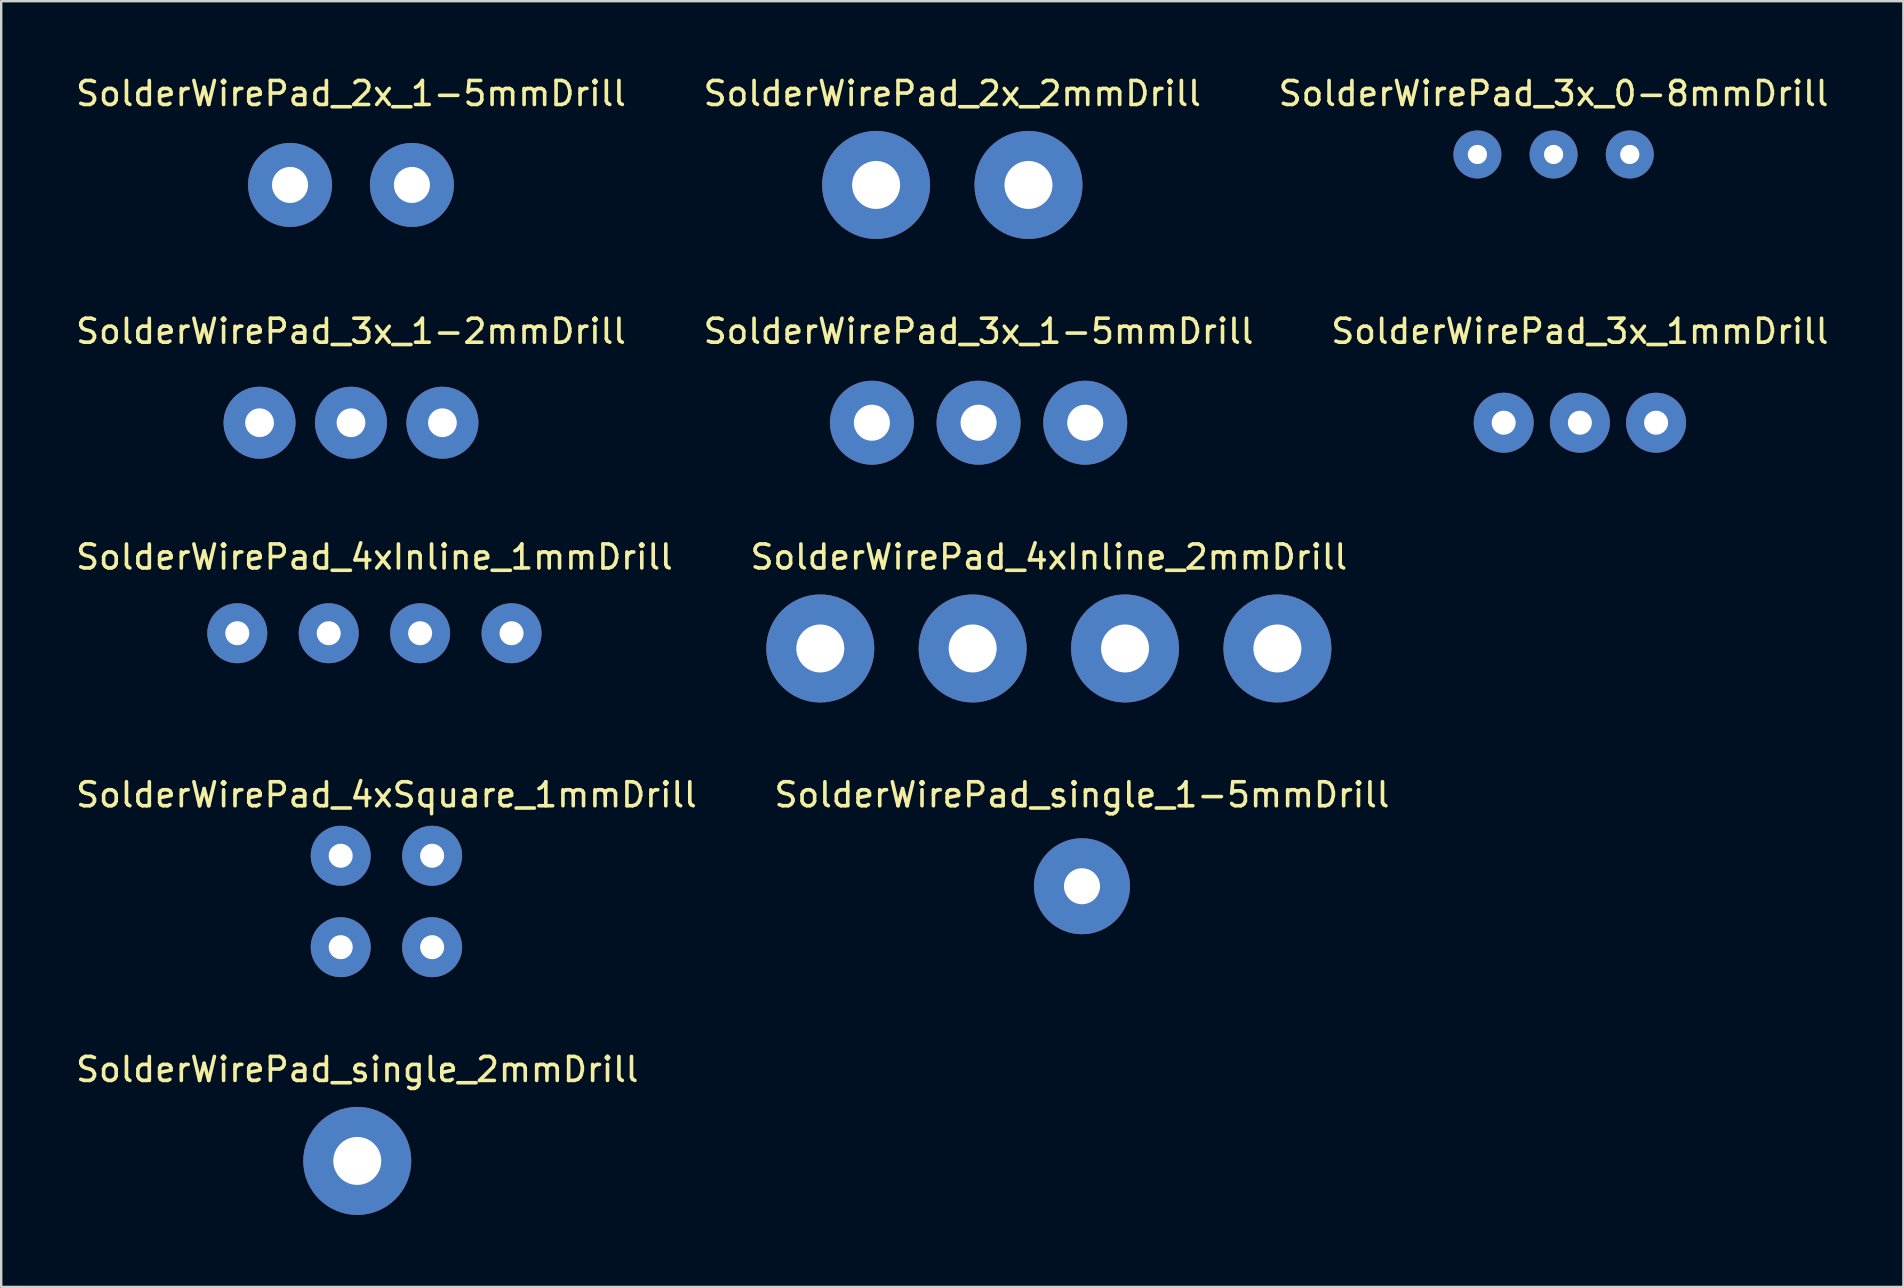
<source format=kicad_pcb>
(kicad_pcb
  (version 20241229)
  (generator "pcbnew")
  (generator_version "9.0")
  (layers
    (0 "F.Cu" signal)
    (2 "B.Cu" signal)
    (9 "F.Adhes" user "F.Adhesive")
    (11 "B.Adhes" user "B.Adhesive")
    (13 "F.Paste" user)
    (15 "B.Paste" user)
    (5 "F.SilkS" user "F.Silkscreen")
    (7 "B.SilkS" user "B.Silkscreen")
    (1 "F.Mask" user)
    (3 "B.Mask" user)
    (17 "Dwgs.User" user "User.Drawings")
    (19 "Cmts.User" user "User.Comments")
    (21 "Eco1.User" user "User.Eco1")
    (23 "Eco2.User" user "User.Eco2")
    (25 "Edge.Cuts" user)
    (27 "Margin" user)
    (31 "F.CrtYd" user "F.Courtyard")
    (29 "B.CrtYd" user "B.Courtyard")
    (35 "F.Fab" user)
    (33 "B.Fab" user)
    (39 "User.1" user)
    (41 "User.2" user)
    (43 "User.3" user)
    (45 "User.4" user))
  (footprint "SolderWirePad_3x_1-2mmDrill"
    (layer "F.Cu")
    (at 11.577 14.567)
    (property "Reference" "SolderWirePad_3x_1-2mmDrill" (at 0 -3.81 0) (layer "F.SilkS") (effects (font (size 1 1) (thickness 0.15))))
    (attr through_hole)
    (pad "1" thru_hole circle (at -3.81 0) (size 3 3) (drill 1.199) (layers "*.Cu" "*.Mask"))
    (pad "1" thru_hole circle (at 0 0) (size 3 3) (drill 1.199) (layers "*.Cu" "*.Mask"))
    (pad "1" thru_hole circle (at 3.81 0) (size 3 3) (drill 1.199) (layers "*.Cu" "*.Mask")))
  (footprint "SolderWirePad_2x_2mmDrill"
    (layer "F.Cu")
    (at 36.637 4.658)
    (property "Reference" "SolderWirePad_2x_2mmDrill" (at 0 -3.81 0) (layer "F.SilkS") (effects (font (size 1 1) (thickness 0.15))))
    (attr through_hole)
    (pad "1" thru_hole circle (at -3.175 0) (size 4.501 4.501) (drill 1.999) (layers "*.Cu" "*.Mask"))
    (pad "1" thru_hole circle (at 3.175 0) (size 4.501 4.501) (drill 1.999) (layers "*.Cu" "*.Mask")))
  (footprint "SolderWirePad_4xInline_1mmDrill"
    (layer "F.Cu")
    (at 12.554 23.34)
    (property "Reference" "SolderWirePad_4xInline_1mmDrill" (at 0 -3.175 0) (layer "F.SilkS") (effects (font (size 1 1) (thickness 0.15))))
    (attr through_hole)
    (pad "1" thru_hole circle (at -5.715 0) (size 2.499 2.499) (drill 1.001) (layers "*.Cu" "*.Mask"))
    (pad "1" thru_hole circle (at -1.905 0) (size 2.499 2.499) (drill 1.001) (layers "*.Cu" "*.Mask"))
    (pad "1" thru_hole circle (at 1.905 0) (size 2.499 2.499) (drill 1.001) (layers "*.Cu" "*.Mask"))
    (pad "1" thru_hole circle (at 5.715 0) (size 2.499 2.499) (drill 1.001) (layers "*.Cu" "*.Mask")))
  (footprint "SolderWirePad_2x_1-5mmDrill"
    (layer "F.Cu")
    (at 11.577 4.658)
    (property "Reference" "SolderWirePad_2x_1-5mmDrill" (at 0 -3.81 0) (layer "F.SilkS") (effects (font (size 1 1) (thickness 0.15))))
    (attr through_hole)
    (pad "1" thru_hole circle (at -2.54 0) (size 3.5 3.5) (drill 1.501) (layers "*.Cu" "*.Mask"))
    (pad "1" thru_hole circle (at 2.54 0) (size 3.5 3.5) (drill 1.501) (layers "*.Cu" "*.Mask")))
  (footprint "SolderWirePad_single_1-5mmDrill"
    (layer "F.Cu")
    (at 42.042 33.884)
    (property "Reference" "SolderWirePad_single_1-5mmDrill" (at 0 -3.81 0) (layer "F.SilkS") (effects (font (size 1 1) (thickness 0.15))))
    (attr through_hole)
    (pad "1" thru_hole circle (at 0 0) (size 4 4) (drill 1.501) (layers "*.Cu" "*.Mask")))
  (footprint "SolderWirePad_3x_1-5mmDrill"
    (layer "F.Cu")
    (at 37.732 14.567)
    (property "Reference" "SolderWirePad_3x_1-5mmDrill" (at 0 -3.81 0) (layer "F.SilkS") (effects (font (size 1 1) (thickness 0.15))))
    (attr through_hole)
    (pad "1" thru_hole circle (at -4.445 0) (size 3.5 3.5) (drill 1.501) (layers "*.Cu" "*.Mask"))
    (pad "1" thru_hole circle (at 0 0) (size 3.5 3.5) (drill 1.501) (layers "*.Cu" "*.Mask"))
    (pad "1" thru_hole circle (at 4.445 0) (size 3.5 3.5) (drill 1.501) (layers "*.Cu" "*.Mask")))
  (footprint "SolderWirePad_single_2mmDrill"
    (layer "F.Cu")
    (at 11.839 45.332)
    (property "Reference" "SolderWirePad_single_2mmDrill" (at 0 -3.81 0) (layer "F.SilkS") (effects (font (size 1 1) (thickness 0.15))))
    (attr through_hole)
    (pad "1" thru_hole circle (at 0 0) (size 4.501 4.501) (drill 1.999) (layers "*.Cu" "*.Mask")))
  (footprint "SolderWirePad_4xInline_2mmDrill"
    (layer "F.Cu")
    (at 40.661 23.975)
    (property "Reference" "SolderWirePad_4xInline_2mmDrill" (at 0 -3.81 0) (layer "F.SilkS") (effects (font (size 1 1) (thickness 0.15))))
    (attr through_hole)
    (pad "1" thru_hole circle (at -9.525 0) (size 4.501 4.501) (drill 1.999) (layers "*.Cu" "*.Mask"))
    (pad "1" thru_hole circle (at -3.175 0) (size 4.501 4.501) (drill 1.999) (layers "*.Cu" "*.Mask"))
    (pad "1" thru_hole circle (at 3.175 0) (size 4.501 4.501) (drill 1.999) (layers "*.Cu" "*.Mask"))
    (pad "1" thru_hole circle (at 9.525 0) (size 4.501 4.501) (drill 1.999) (layers "*.Cu" "*.Mask")))
  (footprint "SolderWirePad_3x_1mmDrill"
    (layer "F.Cu")
    (at 62.792 14.567)
    (property "Reference" "SolderWirePad_3x_1mmDrill" (at 0 -3.81 0) (layer "F.SilkS") (effects (font (size 1 1) (thickness 0.15))))
    (attr through_hole)
    (pad "1" thru_hole circle (at -3.175 0) (size 2.499 2.499) (drill 1.001) (layers "*.Cu" "*.Mask"))
    (pad "1" thru_hole circle (at 0 0) (size 2.499 2.499) (drill 1.001) (layers "*.Cu" "*.Mask"))
    (pad "1" thru_hole circle (at 3.175 0) (size 2.499 2.499) (drill 1.001) (layers "*.Cu" "*.Mask")))
  (footprint "SolderWirePad_4xSquare_1mmDrill"
    (layer "F.Cu")
    (at 13.054 34.519)
    (property "Reference" "SolderWirePad_4xSquare_1mmDrill" (at 0 -4.445 0) (layer "F.SilkS") (effects (font (size 1 1) (thickness 0.15))))
    (attr through_hole)
    (pad "1" thru_hole circle (at -1.905 -1.905) (size 2.499 2.499) (drill 1.001) (layers "*.Cu" "*.Mask"))
    (pad "1" thru_hole circle (at -1.905 1.905) (size 2.499 2.499) (drill 1.001) (layers "*.Cu" "*.Mask"))
    (pad "1" thru_hole circle (at 1.905 -1.905) (size 2.499 2.499) (drill 1.001) (layers "*.Cu" "*.Mask"))
    (pad "1" thru_hole circle (at 1.905 1.905) (size 2.499 2.499) (drill 1.001) (layers "*.Cu" "*.Mask")))
  (footprint "SolderWirePad_3x_0-8mmDrill"
    (layer "F.Cu")
    (at 61.696 3.388)
    (property "Reference" "SolderWirePad_3x_0-8mmDrill" (at 0 -2.54 0) (layer "F.SilkS") (effects (font (size 1 1) (thickness 0.15))))
    (attr through_hole)
    (pad "1" thru_hole circle (at -3.175 0) (size 1.999 1.999) (drill 0.8) (layers "*.Cu" "*.Mask"))
    (pad "1" thru_hole circle (at 0 0) (size 1.999 1.999) (drill 0.8) (layers "*.Cu" "*.Mask"))
    (pad "1" thru_hole circle (at 3.175 0) (size 1.999 1.999) (drill 0.8) (layers "*.Cu" "*.Mask")))
  (gr_rect
    (start -3 -3)
    (end 76.274 50.582)
    (stroke (width 0.1) (type default))
    (fill no)
    (layer "Edge.Cuts")))
</source>
